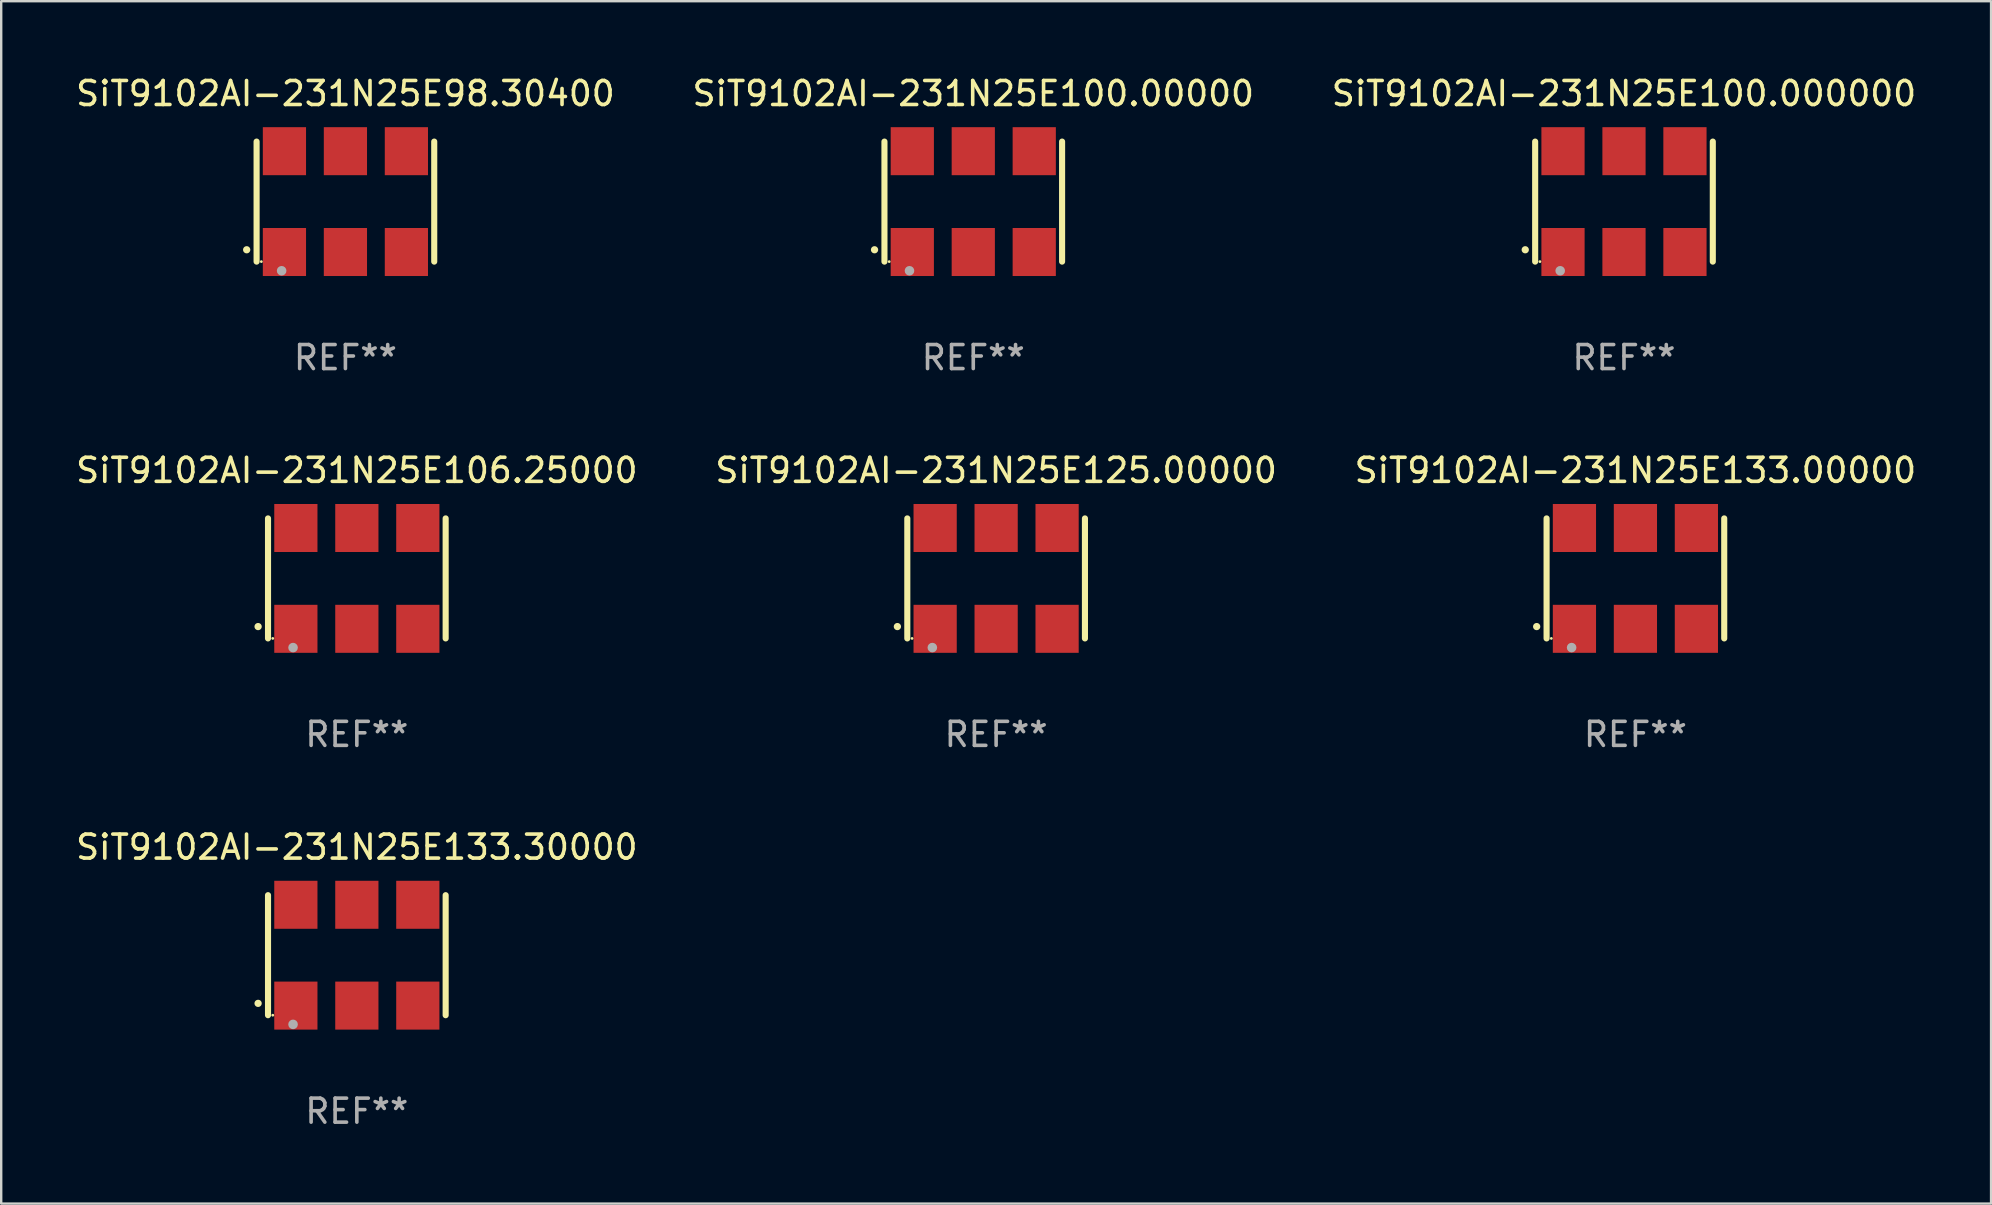
<source format=kicad_pcb>
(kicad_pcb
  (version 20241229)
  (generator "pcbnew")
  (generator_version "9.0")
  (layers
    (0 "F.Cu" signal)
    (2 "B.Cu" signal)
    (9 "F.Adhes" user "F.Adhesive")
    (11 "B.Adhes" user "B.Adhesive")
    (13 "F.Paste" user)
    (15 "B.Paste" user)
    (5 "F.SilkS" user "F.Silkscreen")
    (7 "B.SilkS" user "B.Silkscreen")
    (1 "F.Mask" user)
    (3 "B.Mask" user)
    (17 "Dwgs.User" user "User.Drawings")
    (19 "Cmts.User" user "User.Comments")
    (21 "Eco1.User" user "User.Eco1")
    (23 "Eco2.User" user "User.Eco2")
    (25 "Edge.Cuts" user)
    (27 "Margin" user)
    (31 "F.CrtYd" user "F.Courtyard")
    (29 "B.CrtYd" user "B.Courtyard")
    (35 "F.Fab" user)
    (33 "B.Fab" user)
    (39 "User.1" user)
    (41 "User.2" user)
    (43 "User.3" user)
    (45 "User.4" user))
  (footprint "SiT9102AI-231N25E100.000000"
    (layer "F.Cu")
    (at 64.601 5.348)
    (property "Reference" "SiT9102AI-231N25E100.000000" (at 0 -4.5 0) (layer "F.SilkS") (effects (font (size 1 1) (thickness 0.15))))
    (attr through_hole)
    (fp_line (start -3.7 -2.5) (end -3.7 2.5) (stroke (width 0.254) (type solid)) (layer "F.SilkS"))
    (fp_line (start 3.7 -2.5) (end 3.7 2.5) (stroke (width 0.254) (type solid)) (layer "F.SilkS"))
    (fp_arc (start -4.114415 2.006604) (mid -4.113145 2.006599) (end -4.111875 2.006604) (stroke (width 0.3) (type solid)) (layer "F.SilkS"))
    (fp_circle (center -3.502 2.5) (end -3.472 2.5) (stroke (width 0.06) (type solid)) (fill no) (layer "F.SilkS"))
    (fp_circle (center -2.657 2.882) (end -2.557 2.882) (stroke (width 0.2) (type solid)) (fill no) (layer "F.Fab"))
    (fp_text user "REF**" (at 0 6.5 0) (layer "F.Fab") (effects (font (size 1 1) (thickness 0.15))))
    (pad "1" smd rect (at -2.54 2.1) (size 1.8 2) (layers "F.Cu" "F.Mask" "F.Paste"))
    (pad "2" smd rect (at 0.000394 2.1) (size 1.8 2) (layers "F.Cu" "F.Mask" "F.Paste"))
    (pad "3" smd rect (at 2.54 2.1) (size 1.8 2) (layers "F.Cu" "F.Mask" "F.Paste"))
    (pad "4" smd rect (at 2.54 -2.1) (size 1.8 2) (layers "F.Cu" "F.Mask" "F.Paste"))
    (pad "5" smd rect (at 0.000394 -2.1) (size 1.8 2) (layers "F.Cu" "F.Mask" "F.Paste"))
    (pad "6" smd rect (at -2.54 -2.1) (size 1.8 2) (layers "F.Cu" "F.Mask" "F.Paste")))
  (footprint "SiT9102AI-231N25E133.30000"
    (layer "F.Cu")
    (at 11.815 36.741)
    (property "Reference" "SiT9102AI-231N25E133.30000" (at 0 -4.5 0) (layer "F.SilkS") (effects (font (size 1 1) (thickness 0.15))))
    (attr through_hole)
    (fp_line (start -3.7 -2.5) (end -3.7 2.5) (stroke (width 0.254) (type solid)) (layer "F.SilkS"))
    (fp_line (start 3.7 -2.5) (end 3.7 2.5) (stroke (width 0.254) (type solid)) (layer "F.SilkS"))
    (fp_arc (start -4.114415 2.006604) (mid -4.113145 2.006599) (end -4.111875 2.006604) (stroke (width 0.3) (type solid)) (layer "F.SilkS"))
    (fp_circle (center -3.502 2.5) (end -3.472 2.5) (stroke (width 0.06) (type solid)) (fill no) (layer "F.SilkS"))
    (fp_circle (center -2.657 2.882) (end -2.557 2.882) (stroke (width 0.2) (type solid)) (fill no) (layer "F.Fab"))
    (fp_text user "REF**" (at 0 6.5 0) (layer "F.Fab") (effects (font (size 1 1) (thickness 0.15))))
    (pad "1" smd rect (at -2.54 2.1) (size 1.8 2) (layers "F.Cu" "F.Mask" "F.Paste"))
    (pad "2" smd rect (at 0.000394 2.1) (size 1.8 2) (layers "F.Cu" "F.Mask" "F.Paste"))
    (pad "3" smd rect (at 2.54 2.1) (size 1.8 2) (layers "F.Cu" "F.Mask" "F.Paste"))
    (pad "4" smd rect (at 2.54 -2.1) (size 1.8 2) (layers "F.Cu" "F.Mask" "F.Paste"))
    (pad "5" smd rect (at 0.000394 -2.1) (size 1.8 2) (layers "F.Cu" "F.Mask" "F.Paste"))
    (pad "6" smd rect (at -2.54 -2.1) (size 1.8 2) (layers "F.Cu" "F.Mask" "F.Paste")))
  (footprint "SiT9102AI-231N25E100.00000"
    (layer "F.Cu")
    (at 37.494 5.348)
    (property "Reference" "SiT9102AI-231N25E100.00000" (at 0 -4.5 0) (layer "F.SilkS") (effects (font (size 1 1) (thickness 0.15))))
    (attr through_hole)
    (fp_line (start -3.7 -2.5) (end -3.7 2.5) (stroke (width 0.254) (type solid)) (layer "F.SilkS"))
    (fp_line (start 3.7 -2.5) (end 3.7 2.5) (stroke (width 0.254) (type solid)) (layer "F.SilkS"))
    (fp_arc (start -4.114415 2.006604) (mid -4.113145 2.006599) (end -4.111875 2.006604) (stroke (width 0.3) (type solid)) (layer "F.SilkS"))
    (fp_circle (center -3.502 2.5) (end -3.472 2.5) (stroke (width 0.06) (type solid)) (fill no) (layer "F.SilkS"))
    (fp_circle (center -2.657 2.882) (end -2.557 2.882) (stroke (width 0.2) (type solid)) (fill no) (layer "F.Fab"))
    (fp_text user "REF**" (at 0 6.5 0) (layer "F.Fab") (effects (font (size 1 1) (thickness 0.15))))
    (pad "1" smd rect (at -2.54 2.1) (size 1.8 2) (layers "F.Cu" "F.Mask" "F.Paste"))
    (pad "2" smd rect (at 0.000394 2.1) (size 1.8 2) (layers "F.Cu" "F.Mask" "F.Paste"))
    (pad "3" smd rect (at 2.54 2.1) (size 1.8 2) (layers "F.Cu" "F.Mask" "F.Paste"))
    (pad "4" smd rect (at 2.54 -2.1) (size 1.8 2) (layers "F.Cu" "F.Mask" "F.Paste"))
    (pad "5" smd rect (at 0.000394 -2.1) (size 1.8 2) (layers "F.Cu" "F.Mask" "F.Paste"))
    (pad "6" smd rect (at -2.54 -2.1) (size 1.8 2) (layers "F.Cu" "F.Mask" "F.Paste")))
  (footprint "SiT9102AI-231N25E106.25000"
    (layer "F.Cu")
    (at 11.815 21.045)
    (property "Reference" "SiT9102AI-231N25E106.25000" (at 0 -4.5 0) (layer "F.SilkS") (effects (font (size 1 1) (thickness 0.15))))
    (attr through_hole)
    (fp_line (start -3.7 -2.5) (end -3.7 2.5) (stroke (width 0.254) (type solid)) (layer "F.SilkS"))
    (fp_line (start 3.7 -2.5) (end 3.7 2.5) (stroke (width 0.254) (type solid)) (layer "F.SilkS"))
    (fp_arc (start -4.114415 2.006604) (mid -4.113145 2.006599) (end -4.111875 2.006604) (stroke (width 0.3) (type solid)) (layer "F.SilkS"))
    (fp_circle (center -3.502 2.5) (end -3.472 2.5) (stroke (width 0.06) (type solid)) (fill no) (layer "F.SilkS"))
    (fp_circle (center -2.657 2.882) (end -2.557 2.882) (stroke (width 0.2) (type solid)) (fill no) (layer "F.Fab"))
    (fp_text user "REF**" (at 0 6.5 0) (layer "F.Fab") (effects (font (size 1 1) (thickness 0.15))))
    (pad "1" smd rect (at -2.54 2.1) (size 1.8 2) (layers "F.Cu" "F.Mask" "F.Paste"))
    (pad "2" smd rect (at 0.000394 2.1) (size 1.8 2) (layers "F.Cu" "F.Mask" "F.Paste"))
    (pad "3" smd rect (at 2.54 2.1) (size 1.8 2) (layers "F.Cu" "F.Mask" "F.Paste"))
    (pad "4" smd rect (at 2.54 -2.1) (size 1.8 2) (layers "F.Cu" "F.Mask" "F.Paste"))
    (pad "5" smd rect (at 0.000394 -2.1) (size 1.8 2) (layers "F.Cu" "F.Mask" "F.Paste"))
    (pad "6" smd rect (at -2.54 -2.1) (size 1.8 2) (layers "F.Cu" "F.Mask" "F.Paste")))
  (footprint "SiT9102AI-231N25E133.00000"
    (layer "F.Cu")
    (at 65.077 21.045)
    (property "Reference" "SiT9102AI-231N25E133.00000" (at 0 -4.5 0) (layer "F.SilkS") (effects (font (size 1 1) (thickness 0.15))))
    (attr through_hole)
    (fp_line (start -3.7 -2.5) (end -3.7 2.5) (stroke (width 0.254) (type solid)) (layer "F.SilkS"))
    (fp_line (start 3.7 -2.5) (end 3.7 2.5) (stroke (width 0.254) (type solid)) (layer "F.SilkS"))
    (fp_arc (start -4.114415 2.006604) (mid -4.113145 2.006599) (end -4.111875 2.006604) (stroke (width 0.3) (type solid)) (layer "F.SilkS"))
    (fp_circle (center -3.502 2.5) (end -3.472 2.5) (stroke (width 0.06) (type solid)) (fill no) (layer "F.SilkS"))
    (fp_circle (center -2.657 2.882) (end -2.557 2.882) (stroke (width 0.2) (type solid)) (fill no) (layer "F.Fab"))
    (fp_text user "REF**" (at 0 6.5 0) (layer "F.Fab") (effects (font (size 1 1) (thickness 0.15))))
    (pad "1" smd rect (at -2.54 2.1) (size 1.8 2) (layers "F.Cu" "F.Mask" "F.Paste"))
    (pad "2" smd rect (at 0.000394 2.1) (size 1.8 2) (layers "F.Cu" "F.Mask" "F.Paste"))
    (pad "3" smd rect (at 2.54 2.1) (size 1.8 2) (layers "F.Cu" "F.Mask" "F.Paste"))
    (pad "4" smd rect (at 2.54 -2.1) (size 1.8 2) (layers "F.Cu" "F.Mask" "F.Paste"))
    (pad "5" smd rect (at 0.000394 -2.1) (size 1.8 2) (layers "F.Cu" "F.Mask" "F.Paste"))
    (pad "6" smd rect (at -2.54 -2.1) (size 1.8 2) (layers "F.Cu" "F.Mask" "F.Paste")))
  (footprint "SiT9102AI-231N25E125.00000"
    (layer "F.Cu")
    (at 38.446 21.045)
    (property "Reference" "SiT9102AI-231N25E125.00000" (at 0 -4.5 0) (layer "F.SilkS") (effects (font (size 1 1) (thickness 0.15))))
    (attr through_hole)
    (fp_line (start -3.7 -2.5) (end -3.7 2.5) (stroke (width 0.254) (type solid)) (layer "F.SilkS"))
    (fp_line (start 3.7 -2.5) (end 3.7 2.5) (stroke (width 0.254) (type solid)) (layer "F.SilkS"))
    (fp_arc (start -4.114415 2.006604) (mid -4.113145 2.006599) (end -4.111875 2.006604) (stroke (width 0.3) (type solid)) (layer "F.SilkS"))
    (fp_circle (center -3.502 2.5) (end -3.472 2.5) (stroke (width 0.06) (type solid)) (fill no) (layer "F.SilkS"))
    (fp_circle (center -2.657 2.882) (end -2.557 2.882) (stroke (width 0.2) (type solid)) (fill no) (layer "F.Fab"))
    (fp_text user "REF**" (at 0 6.5 0) (layer "F.Fab") (effects (font (size 1 1) (thickness 0.15))))
    (pad "1" smd rect (at -2.54 2.1) (size 1.8 2) (layers "F.Cu" "F.Mask" "F.Paste"))
    (pad "2" smd rect (at 0.000394 2.1) (size 1.8 2) (layers "F.Cu" "F.Mask" "F.Paste"))
    (pad "3" smd rect (at 2.54 2.1) (size 1.8 2) (layers "F.Cu" "F.Mask" "F.Paste"))
    (pad "4" smd rect (at 2.54 -2.1) (size 1.8 2) (layers "F.Cu" "F.Mask" "F.Paste"))
    (pad "5" smd rect (at 0.000394 -2.1) (size 1.8 2) (layers "F.Cu" "F.Mask" "F.Paste"))
    (pad "6" smd rect (at -2.54 -2.1) (size 1.8 2) (layers "F.Cu" "F.Mask" "F.Paste")))
  (footprint "SiT9102AI-231N25E98.30400"
    (layer "F.Cu")
    (at 11.339 5.348)
    (property "Reference" "SiT9102AI-231N25E98.30400" (at 0 -4.5 0) (layer "F.SilkS") (effects (font (size 1 1) (thickness 0.15))))
    (attr through_hole)
    (fp_line (start -3.7 -2.5) (end -3.7 2.5) (stroke (width 0.254) (type solid)) (layer "F.SilkS"))
    (fp_line (start 3.7 -2.5) (end 3.7 2.5) (stroke (width 0.254) (type solid)) (layer "F.SilkS"))
    (fp_arc (start -4.114415 2.006604) (mid -4.113145 2.006599) (end -4.111875 2.006604) (stroke (width 0.3) (type solid)) (layer "F.SilkS"))
    (fp_circle (center -3.502 2.5) (end -3.472 2.5) (stroke (width 0.06) (type solid)) (fill no) (layer "F.SilkS"))
    (fp_circle (center -2.657 2.882) (end -2.557 2.882) (stroke (width 0.2) (type solid)) (fill no) (layer "F.Fab"))
    (fp_text user "REF**" (at 0 6.5 0) (layer "F.Fab") (effects (font (size 1 1) (thickness 0.15))))
    (pad "1" smd rect (at -2.54 2.1) (size 1.8 2) (layers "F.Cu" "F.Mask" "F.Paste"))
    (pad "2" smd rect (at 0.000394 2.1) (size 1.8 2) (layers "F.Cu" "F.Mask" "F.Paste"))
    (pad "3" smd rect (at 2.54 2.1) (size 1.8 2) (layers "F.Cu" "F.Mask" "F.Paste"))
    (pad "4" smd rect (at 2.54 -2.1) (size 1.8 2) (layers "F.Cu" "F.Mask" "F.Paste"))
    (pad "5" smd rect (at 0.000394 -2.1) (size 1.8 2) (layers "F.Cu" "F.Mask" "F.Paste"))
    (pad "6" smd rect (at -2.54 -2.1) (size 1.8 2) (layers "F.Cu" "F.Mask" "F.Paste")))
  (gr_rect
    (start -3 -3)
    (end 79.893 47.09)
    (stroke (width 0.1) (type default))
    (fill no)
    (layer "Edge.Cuts")))
</source>
